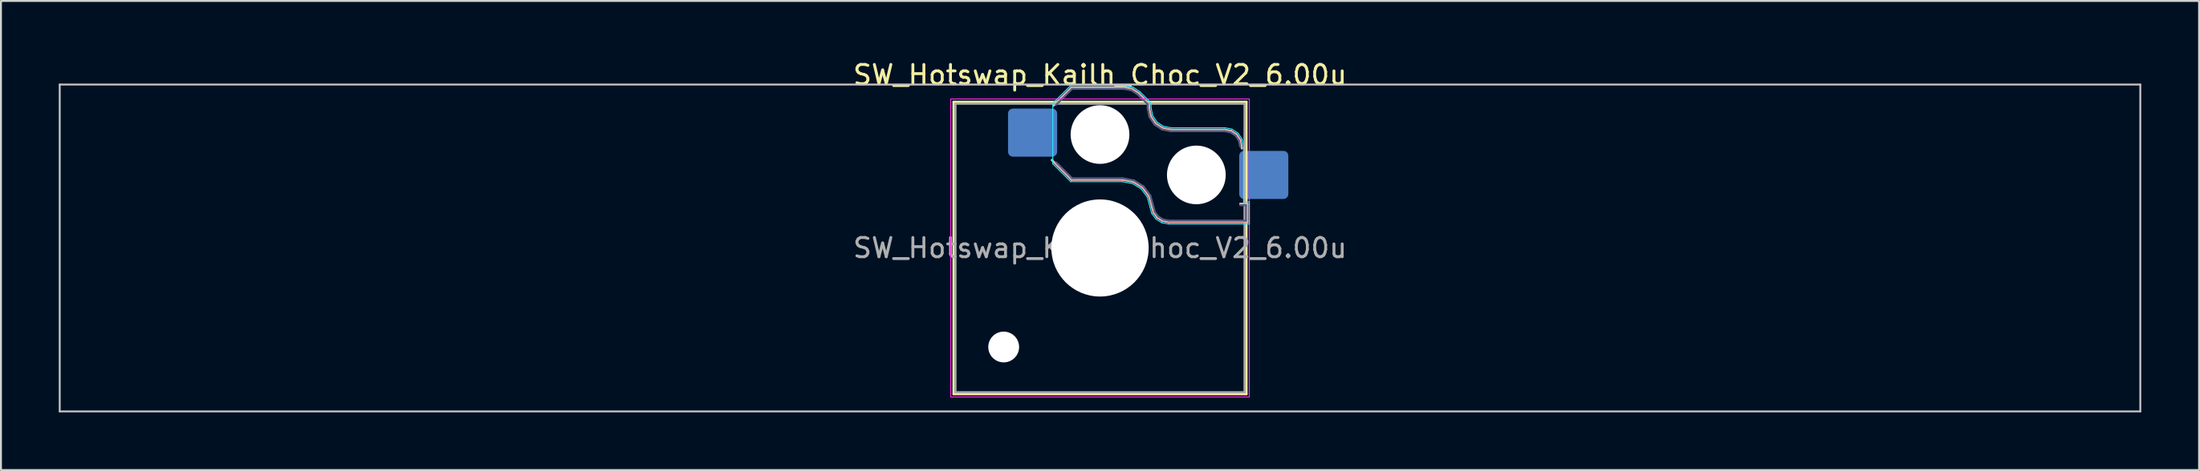
<source format=kicad_pcb>
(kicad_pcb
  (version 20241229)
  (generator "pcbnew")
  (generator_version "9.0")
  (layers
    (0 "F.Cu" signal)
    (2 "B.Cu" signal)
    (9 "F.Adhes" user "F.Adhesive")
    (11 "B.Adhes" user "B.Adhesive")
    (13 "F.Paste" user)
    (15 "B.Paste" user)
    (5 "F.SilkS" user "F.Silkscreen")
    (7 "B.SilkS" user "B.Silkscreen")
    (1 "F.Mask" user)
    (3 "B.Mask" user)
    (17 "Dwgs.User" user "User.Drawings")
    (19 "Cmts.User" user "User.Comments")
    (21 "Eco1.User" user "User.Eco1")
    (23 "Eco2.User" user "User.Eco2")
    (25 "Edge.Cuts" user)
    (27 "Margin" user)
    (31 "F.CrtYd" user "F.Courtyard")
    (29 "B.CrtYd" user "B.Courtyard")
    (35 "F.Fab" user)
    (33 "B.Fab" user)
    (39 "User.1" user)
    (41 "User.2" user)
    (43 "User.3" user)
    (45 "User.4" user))
  (footprint "SW_Hotswap_Kailh_Choc_V2_6.00u"
    (layer "F.Cu")
    (at 54.05 9.848)
    (property "Reference" "SW_Hotswap_Kailh_Choc_V2_6.00u" (at 0 -9 0) (layer "F.SilkS") (effects (font (size 1 1) (thickness 0.15))))
    (attr smd)
    (fp_line (start -7.6 -7.6) (end -7.6 7.6) (stroke (width 0.12) (type solid)) (layer "F.SilkS"))
    (fp_line (start -7.6 7.6) (end 7.6 7.6) (stroke (width 0.12) (type solid)) (layer "F.SilkS"))
    (fp_line (start 7.6 -7.6) (end -7.6 -7.6) (stroke (width 0.12) (type solid)) (layer "F.SilkS"))
    (fp_line (start 7.6 7.6) (end 7.6 -7.6) (stroke (width 0.12) (type solid)) (layer "F.SilkS"))
    (fp_line (start -2.416 -7.409) (end -1.479 -8.346) (stroke (width 0.12) (type solid)) (layer "B.SilkS"))
    (fp_line (start -1.479 -8.346) (end 1.268 -8.346) (stroke (width 0.12) (type solid)) (layer "B.SilkS"))
    (fp_line (start -1.479 -3.554) (end -2.5 -4.575) (stroke (width 0.12) (type solid)) (layer "B.SilkS"))
    (fp_line (start 1.168 -3.554) (end -1.479 -3.554) (stroke (width 0.12) (type solid)) (layer "B.SilkS"))
    (fp_line (start 1.268 -8.346) (end 1.671 -8.266) (stroke (width 0.12) (type solid)) (layer "B.SilkS"))
    (fp_line (start 1.671 -8.266) (end 2.013 -8.037) (stroke (width 0.12) (type solid)) (layer "B.SilkS"))
    (fp_line (start 1.73 -3.449) (end 1.168 -3.554) (stroke (width 0.12) (type solid)) (layer "B.SilkS"))
    (fp_line (start 2.013 -8.037) (end 2.546 -7.504) (stroke (width 0.12) (type solid)) (layer "B.SilkS"))
    (fp_line (start 2.209 -3.15) (end 1.73 -3.449) (stroke (width 0.12) (type solid)) (layer "B.SilkS"))
    (fp_line (start 2.546 -7.504) (end 2.546 -7.282) (stroke (width 0.12) (type solid)) (layer "B.SilkS"))
    (fp_line (start 2.546 -7.282) (end 2.633 -6.844) (stroke (width 0.12) (type solid)) (layer "B.SilkS"))
    (fp_line (start 2.547 -2.697) (end 2.209 -3.15) (stroke (width 0.12) (type solid)) (layer "B.SilkS"))
    (fp_line (start 2.633 -6.844) (end 2.877 -6.477) (stroke (width 0.12) (type solid)) (layer "B.SilkS"))
    (fp_line (start 2.701 -2.139) (end 2.547 -2.697) (stroke (width 0.12) (type solid)) (layer "B.SilkS"))
    (fp_line (start 2.783 -1.841) (end 2.701 -2.139) (stroke (width 0.12) (type solid)) (layer "B.SilkS"))
    (fp_line (start 2.877 -6.477) (end 3.244 -6.233) (stroke (width 0.12) (type solid)) (layer "B.SilkS"))
    (fp_line (start 2.976 -1.583) (end 2.783 -1.841) (stroke (width 0.12) (type solid)) (layer "B.SilkS"))
    (fp_line (start 3.244 -6.233) (end 3.682 -6.146) (stroke (width 0.12) (type solid)) (layer "B.SilkS"))
    (fp_line (start 3.25 -1.413) (end 2.976 -1.583) (stroke (width 0.12) (type solid)) (layer "B.SilkS"))
    (fp_line (start 3.56 -1.354) (end 3.25 -1.413) (stroke (width 0.12) (type solid)) (layer "B.SilkS"))
    (fp_line (start 3.682 -6.146) (end 6.482 -6.146) (stroke (width 0.12) (type solid)) (layer "B.SilkS"))
    (fp_line (start 6.482 -6.146) (end 6.809 -6.081) (stroke (width 0.12) (type solid)) (layer "B.SilkS"))
    (fp_line (start 6.809 -6.081) (end 7.092 -5.892) (stroke (width 0.12) (type solid)) (layer "B.SilkS"))
    (fp_line (start 7.092 -5.892) (end 7.281 -5.609) (stroke (width 0.12) (type solid)) (layer "B.SilkS"))
    (fp_line (start 7.281 -5.609) (end 7.366 -5.182) (stroke (width 0.12) (type solid)) (layer "B.SilkS"))
    (fp_line (start 7.283 -2.296) (end 7.646 -2.296) (stroke (width 0.12) (type solid)) (layer "B.SilkS"))
    (fp_line (start 7.646 -2.296) (end 7.646 -1.354) (stroke (width 0.12) (type solid)) (layer "B.SilkS"))
    (fp_line (start 7.646 -1.354) (end 3.56 -1.354) (stroke (width 0.12) (type solid)) (layer "B.SilkS"))
    (fp_line (start -54 -8.5) (end -54 8.5) (stroke (width 0.1) (type solid)) (layer "Dwgs.User"))
    (fp_line (start -54 8.5) (end 54 8.5) (stroke (width 0.1) (type solid)) (layer "Dwgs.User"))
    (fp_line (start 54 -8.5) (end -54 -8.5) (stroke (width 0.1) (type solid)) (layer "Dwgs.User"))
    (fp_line (start 54 8.5) (end 54 -8.5) (stroke (width 0.1) (type solid)) (layer "Dwgs.User"))
    (fp_line (start -7.25 -7.25) (end -7.25 7.25) (stroke (width 0.1) (type solid)) (layer "Eco1.User"))
    (fp_line (start -7.25 7.25) (end 7.25 7.25) (stroke (width 0.1) (type solid)) (layer "Eco1.User"))
    (fp_line (start 7.25 -7.25) (end -7.25 -7.25) (stroke (width 0.1) (type solid)) (layer "Eco1.User"))
    (fp_line (start 7.25 7.25) (end 7.25 -7.25) (stroke (width 0.1) (type solid)) (layer "Eco1.User"))
    (fp_line (start -2.452 -7.523) (end -1.523 -8.452) (stroke (width 0.05) (type solid)) (layer "B.CrtYd"))
    (fp_line (start -2.452 -4.377) (end -2.452 -7.523) (stroke (width 0.05) (type solid)) (layer "B.CrtYd"))
    (fp_line (start -1.523 -8.452) (end 1.278 -8.452) (stroke (width 0.05) (type solid)) (layer "B.CrtYd"))
    (fp_line (start -1.523 -3.448) (end -2.452 -4.377) (stroke (width 0.05) (type solid)) (layer "B.CrtYd"))
    (fp_line (start 1.159 -3.448) (end -1.523 -3.448) (stroke (width 0.05) (type solid)) (layer "B.CrtYd"))
    (fp_line (start 1.278 -8.452) (end 1.712 -8.366) (stroke (width 0.05) (type solid)) (layer "B.CrtYd"))
    (fp_line (start 1.691 -3.348) (end 1.159 -3.448) (stroke (width 0.05) (type solid)) (layer "B.CrtYd"))
    (fp_line (start 1.712 -8.366) (end 2.081 -8.119) (stroke (width 0.05) (type solid)) (layer "B.CrtYd"))
    (fp_line (start 2.081 -8.119) (end 2.652 -7.548) (stroke (width 0.05) (type solid)) (layer "B.CrtYd"))
    (fp_line (start 2.136 -3.071) (end 1.691 -3.348) (stroke (width 0.05) (type solid)) (layer "B.CrtYd"))
    (fp_line (start 2.45 -2.65) (end 2.136 -3.071) (stroke (width 0.05) (type solid)) (layer "B.CrtYd"))
    (fp_line (start 2.599 -2.111) (end 2.45 -2.65) (stroke (width 0.05) (type solid)) (layer "B.CrtYd"))
    (fp_line (start 2.652 -7.548) (end 2.652 -7.292) (stroke (width 0.05) (type solid)) (layer "B.CrtYd"))
    (fp_line (start 2.652 -7.292) (end 2.733 -6.885) (stroke (width 0.05) (type solid)) (layer "B.CrtYd"))
    (fp_line (start 2.687 -1.794) (end 2.599 -2.111) (stroke (width 0.05) (type solid)) (layer "B.CrtYd"))
    (fp_line (start 2.733 -6.885) (end 2.953 -6.553) (stroke (width 0.05) (type solid)) (layer "B.CrtYd"))
    (fp_line (start 2.903 -1.503) (end 2.687 -1.794) (stroke (width 0.05) (type solid)) (layer "B.CrtYd"))
    (fp_line (start 2.953 -6.553) (end 3.285 -6.333) (stroke (width 0.05) (type solid)) (layer "B.CrtYd"))
    (fp_line (start 3.211 -1.312) (end 2.903 -1.503) (stroke (width 0.05) (type solid)) (layer "B.CrtYd"))
    (fp_line (start 3.285 -6.333) (end 3.692 -6.252) (stroke (width 0.05) (type solid)) (layer "B.CrtYd"))
    (fp_line (start 3.55 -1.248) (end 3.211 -1.312) (stroke (width 0.05) (type solid)) (layer "B.CrtYd"))
    (fp_line (start 3.692 -6.252) (end 6.492 -6.252) (stroke (width 0.05) (type solid)) (layer "B.CrtYd"))
    (fp_line (start 6.492 -6.252) (end 6.85 -6.181) (stroke (width 0.05) (type solid)) (layer "B.CrtYd"))
    (fp_line (start 6.85 -6.181) (end 7.168 -5.968) (stroke (width 0.05) (type solid)) (layer "B.CrtYd"))
    (fp_line (start 7.168 -5.968) (end 7.381 -5.65) (stroke (width 0.05) (type solid)) (layer "B.CrtYd"))
    (fp_line (start 7.381 -5.65) (end 7.452 -5.292) (stroke (width 0.05) (type solid)) (layer "B.CrtYd"))
    (fp_line (start 7.452 -5.292) (end 7.452 -2.402) (stroke (width 0.05) (type solid)) (layer "B.CrtYd"))
    (fp_line (start 7.452 -2.402) (end 7.752 -2.402) (stroke (width 0.05) (type solid)) (layer "B.CrtYd"))
    (fp_line (start 7.752 -2.402) (end 7.752 -1.248) (stroke (width 0.05) (type solid)) (layer "B.CrtYd"))
    (fp_line (start 7.752 -1.248) (end 3.55 -1.248) (stroke (width 0.05) (type solid)) (layer "B.CrtYd"))
    (fp_line (start -7.75 -7.75) (end -7.75 7.75) (stroke (width 0.05) (type solid)) (layer "F.CrtYd"))
    (fp_line (start -7.75 7.75) (end 7.75 7.75) (stroke (width 0.05) (type solid)) (layer "F.CrtYd"))
    (fp_line (start 7.75 -7.75) (end -7.75 -7.75) (stroke (width 0.05) (type solid)) (layer "F.CrtYd"))
    (fp_line (start 7.75 7.75) (end 7.75 -7.75) (stroke (width 0.05) (type solid)) (layer "F.CrtYd"))
    (fp_line (start -2.275 -7.45) (end -1.45 -8.275) (stroke (width 0.1) (type solid)) (layer "B.Fab"))
    (fp_line (start -1.45 -8.275) (end 1.261 -8.275) (stroke (width 0.1) (type solid)) (layer "B.Fab"))
    (fp_line (start -1.45 -3.625) (end -2.275 -4.45) (stroke (width 0.1) (type solid)) (layer "B.Fab"))
    (fp_line (start 1.175 -3.625) (end -1.45 -3.625) (stroke (width 0.1) (type solid)) (layer "B.Fab"))
    (fp_line (start 1.261 -8.275) (end 1.643 -8.199) (stroke (width 0.1) (type solid)) (layer "B.Fab"))
    (fp_line (start 1.643 -8.199) (end 1.968 -7.982) (stroke (width 0.1) (type solid)) (layer "B.Fab"))
    (fp_line (start 1.756 -3.516) (end 1.175 -3.625) (stroke (width 0.1) (type solid)) (layer "B.Fab"))
    (fp_line (start 1.968 -7.982) (end 2.475 -7.475) (stroke (width 0.1) (type solid)) (layer "B.Fab"))
    (fp_line (start 2.258 -3.203) (end 1.756 -3.516) (stroke (width 0.1) (type solid)) (layer "B.Fab"))
    (fp_line (start 2.475 -7.475) (end 2.475 -7.275) (stroke (width 0.1) (type solid)) (layer "B.Fab"))
    (fp_line (start 2.475 -7.275) (end 2.566 -6.816) (stroke (width 0.1) (type solid)) (layer "B.Fab"))
    (fp_line (start 2.566 -6.816) (end 2.826 -6.426) (stroke (width 0.1) (type solid)) (layer "B.Fab"))
    (fp_line (start 2.612 -2.729) (end 2.258 -3.203) (stroke (width 0.1) (type solid)) (layer "B.Fab"))
    (fp_line (start 2.769 -2.158) (end 2.612 -2.729) (stroke (width 0.1) (type solid)) (layer "B.Fab"))
    (fp_line (start 2.826 -6.426) (end 3.216 -6.166) (stroke (width 0.1) (type solid)) (layer "B.Fab"))
    (fp_line (start 2.848 -1.873) (end 2.769 -2.158) (stroke (width 0.1) (type solid)) (layer "B.Fab"))
    (fp_line (start 3.025 -1.636) (end 2.848 -1.873) (stroke (width 0.1) (type solid)) (layer "B.Fab"))
    (fp_line (start 3.216 -6.166) (end 3.675 -6.075) (stroke (width 0.1) (type solid)) (layer "B.Fab"))
    (fp_line (start 3.276 -1.48) (end 3.025 -1.636) (stroke (width 0.1) (type solid)) (layer "B.Fab"))
    (fp_line (start 3.567 -1.425) (end 3.276 -1.48) (stroke (width 0.1) (type solid)) (layer "B.Fab"))
    (fp_line (start 3.675 -6.075) (end 6.475 -6.075) (stroke (width 0.1) (type solid)) (layer "B.Fab"))
    (fp_line (start 6.475 -6.075) (end 6.781 -6.014) (stroke (width 0.1) (type solid)) (layer "B.Fab"))
    (fp_line (start 6.781 -6.014) (end 7.041 -5.841) (stroke (width 0.1) (type solid)) (layer "B.Fab"))
    (fp_line (start 7.041 -5.841) (end 7.214 -5.581) (stroke (width 0.1) (type solid)) (layer "B.Fab"))
    (fp_line (start 7.214 -5.581) (end 7.275 -5.275) (stroke (width 0.1) (type solid)) (layer "B.Fab"))
    (fp_line (start 7.275 -2.225) (end 7.575 -2.225) (stroke (width 0.1) (type solid)) (layer "B.Fab"))
    (fp_line (start 7.575 -2.225) (end 7.575 -1.425) (stroke (width 0.1) (type solid)) (layer "B.Fab"))
    (fp_line (start 7.575 -1.425) (end 3.567 -1.425) (stroke (width 0.1) (type solid)) (layer "B.Fab"))
    (fp_line (start -7.5 -7.5) (end -7.5 7.5) (stroke (width 0.1) (type solid)) (layer "F.Fab"))
    (fp_line (start -7.5 7.5) (end 7.5 7.5) (stroke (width 0.1) (type solid)) (layer "F.Fab"))
    (fp_line (start 7.5 -7.5) (end -7.5 -7.5) (stroke (width 0.1) (type solid)) (layer "F.Fab"))
    (fp_line (start 7.5 7.5) (end 7.5 -7.5) (stroke (width 0.1) (type solid)) (layer "F.Fab"))
    (fp_text user "${REFERENCE}" (at 0 0 0) (layer "F.Fab") (effects (font (size 1 1) (thickness 0.15))))
    (pad "" np_thru_hole circle (at -5 5.15) (size 1.6 1.6) (drill 1.6) (layers "*.Cu" "*.Mask"))
    (pad "" np_thru_hole circle (at 0 -5.9) (size 3.05 3.05) (drill 3.05) (layers "*.Cu" "*.Mask"))
    (pad "" np_thru_hole circle (at 0 0) (size 5.05 5.05) (drill 5.05) (layers "*.Cu" "*.Mask"))
    (pad "" np_thru_hole circle (at 5 -3.8) (size 3.05 3.05) (drill 3.05) (layers "*.Cu" "*.Mask"))
    (pad "1" smd roundrect (at -3.5 -6) (size 2.55 2.5) (layers "B.Cu" "B.Mask" "B.Paste") (roundrect_rratio 0.1))
    (pad "2" smd roundrect (at 8.5 -3.8) (size 2.55 2.5) (layers "B.Cu" "B.Mask" "B.Paste") (roundrect_rratio 0.1)))
  (gr_rect
    (start -3 -3)
    (end 111.1 21.398)
    (stroke (width 0.1) (type default))
    (fill no)
    (layer "Edge.Cuts")))
</source>
